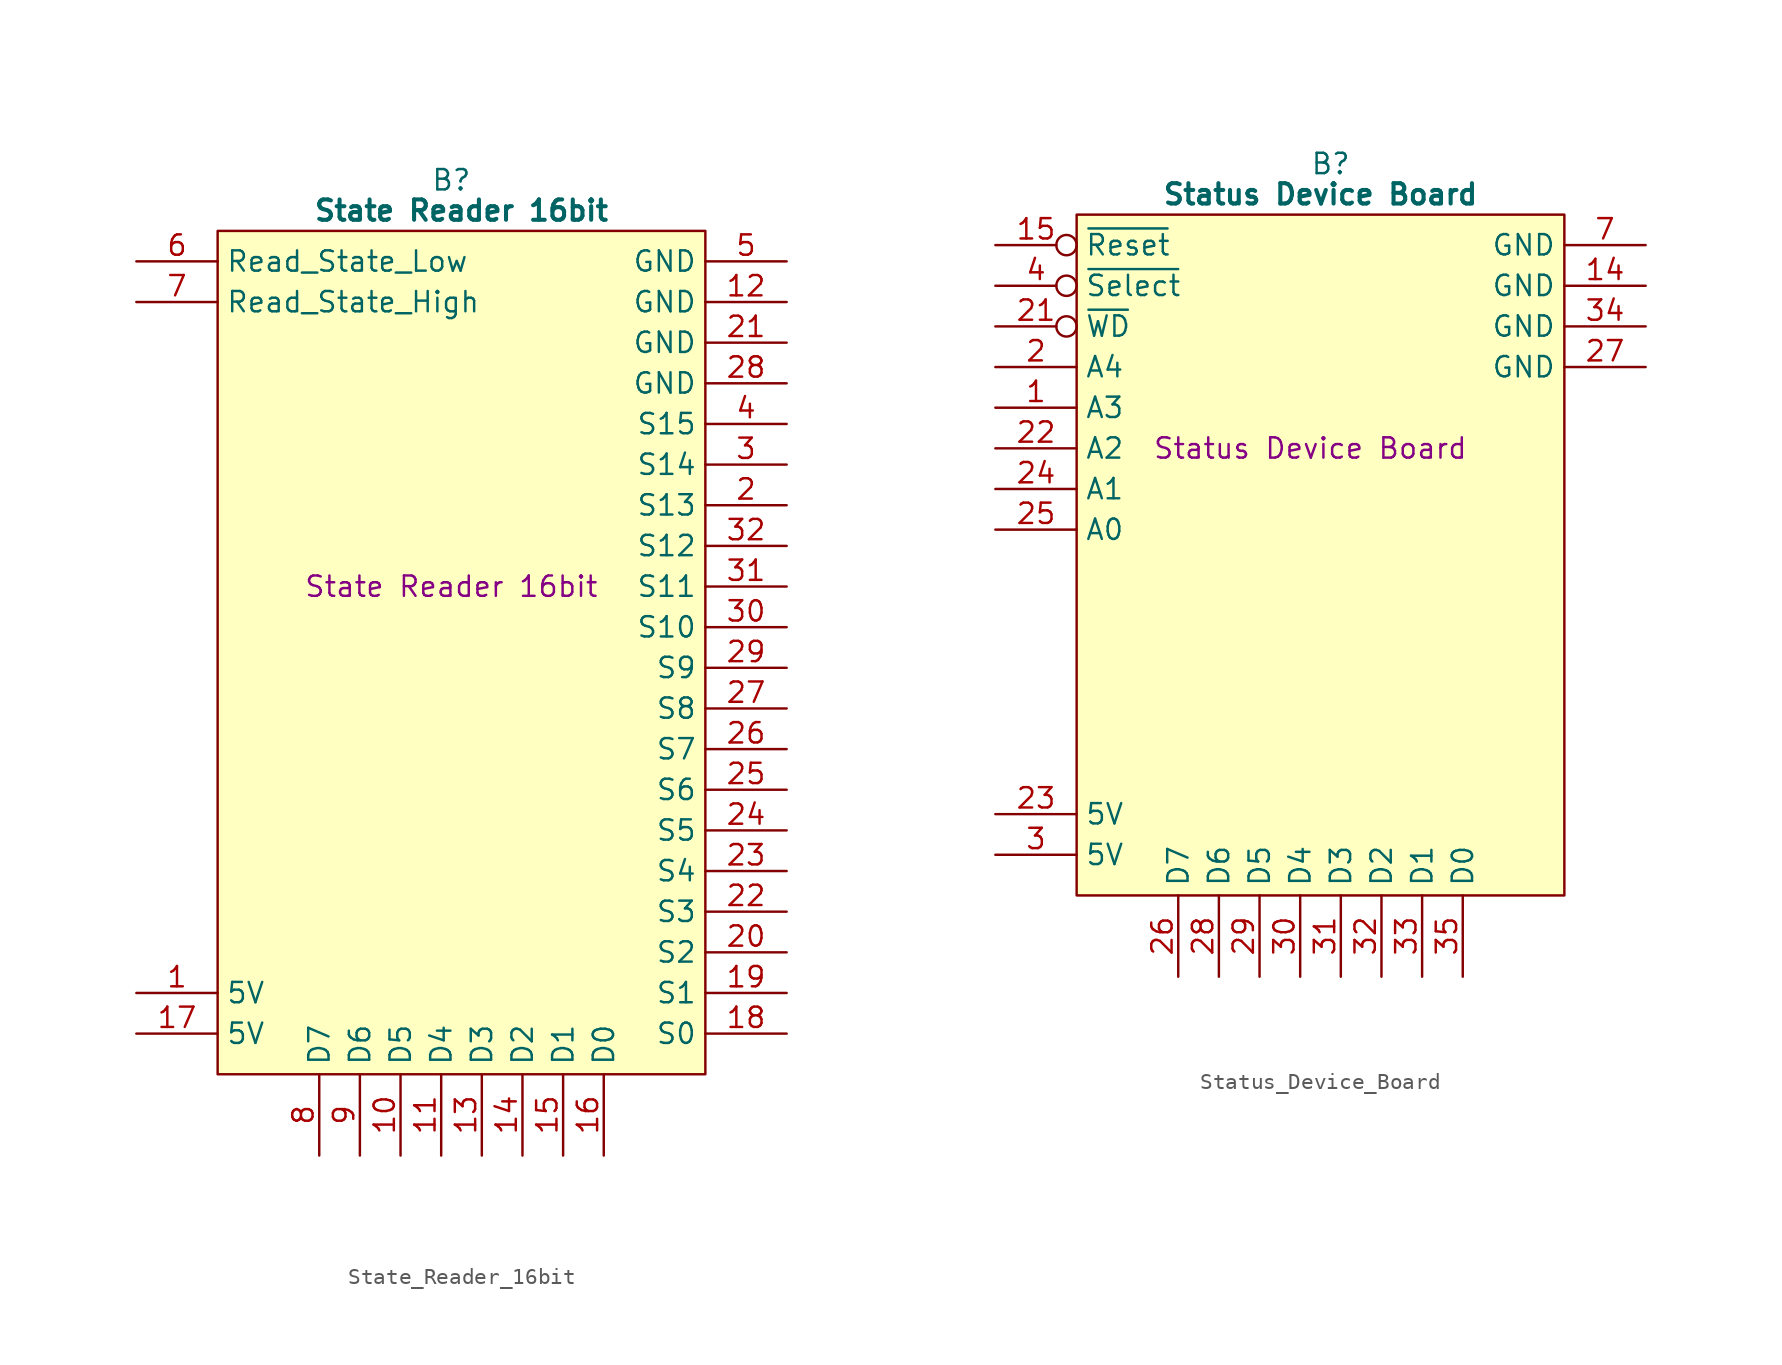
<source format=kicad_sym>
(kicad_symbol_lib
  (version 20241209)
  (generator "kicad_symbol_editor")
  (generator_version "9.0")
  (symbol "State_Reader_16bit"
    (property "Reference" "B"
      (at 19.685 5.08 0)
      (effects (font (size 1.27 1.27))))
    (property "Value" "State Reader 16bit"
      (at 20.32 3.175 0)
      (effects (font (size 1.27 1.27) (bold yes))))
    (property "Description" "State Reader 16bit"
      (at 19.685 -20.32 0)
      (effects (font (size 1.27 1.27))))
    (symbol "State_Reader_16bit_0_1"
      (polyline (pts (xy 5.08 1.905) (xy 35.56 1.905) (xy 35.56 -50.8) (xy 5.08 -50.8) (xy 5.08 1.905)) (stroke (width 0.152) (type default)) (fill (type background))))
    (symbol "State_Reader_16bit_1_1"
      (pin input line (at 0 0 0) (length 5.08) (name "Read_State_Low" (effects (font (size 1.27 1.27)))) (number "6" (effects (font (size 1.27 1.27)))))
      (pin input line (at 0 -2.54 0) (length 5.08) (name "Read_State_High" (effects (font (size 1.27 1.27)))) (number "7" (effects (font (size 1.27 1.27)))))
      (pin passive line (at 0 -45.72 0) (length 5.08) (name "5V" (effects (font (size 1.27 1.27)))) (number "1" (effects (font (size 1.27 1.27)))))
      (pin passive line (at 0 -48.26 0) (length 5.08) (name "5V" (effects (font (size 1.27 1.27)))) (number "17" (effects (font (size 1.27 1.27)))))
      (pin tri_state line (at 11.43 -55.88 90) (length 5.08) (name "D7" (effects (font (size 1.27 1.27)))) (number "8" (effects (font (size 1.27 1.27)))))
      (pin tri_state line (at 13.97 -55.88 90) (length 5.08) (name "D6" (effects (font (size 1.27 1.27)))) (number "9" (effects (font (size 1.27 1.27)))))
      (pin tri_state line (at 16.51 -55.88 90) (length 5.08) (name "D5" (effects (font (size 1.27 1.27)))) (number "10" (effects (font (size 1.27 1.27)))))
      (pin tri_state line (at 19.05 -55.88 90) (length 5.08) (name "D4" (effects (font (size 1.27 1.27)))) (number "11" (effects (font (size 1.27 1.27)))))
      (pin tri_state line (at 21.59 -55.88 90) (length 5.08) (name "D3" (effects (font (size 1.27 1.27)))) (number "13" (effects (font (size 1.27 1.27)))))
      (pin tri_state line (at 24.13 -55.88 90) (length 5.08) (name "D2" (effects (font (size 1.27 1.27)))) (number "14" (effects (font (size 1.27 1.27)))))
      (pin tri_state line (at 26.67 -55.88 90) (length 5.08) (name "D1" (effects (font (size 1.27 1.27)))) (number "15" (effects (font (size 1.27 1.27)))))
      (pin tri_state line (at 29.21 -55.88 90) (length 5.08) (name "D0" (effects (font (size 1.27 1.27)))) (number "16" (effects (font (size 1.27 1.27)))))
      (pin passive line (at 40.64 0 180) (length 5.08) (name "GND" (effects (font (size 1.27 1.27)))) (number "5" (effects (font (size 1.27 1.27)))))
      (pin passive line (at 40.64 -2.54 180) (length 5.08) (name "GND" (effects (font (size 1.27 1.27)))) (number "12" (effects (font (size 1.27 1.27)))))
      (pin passive line (at 40.64 -5.08 180) (length 5.08) (name "GND" (effects (font (size 1.27 1.27)))) (number "21" (effects (font (size 1.27 1.27)))))
      (pin passive line (at 40.64 -7.62 180) (length 5.08) (name "GND" (effects (font (size 1.27 1.27)))) (number "28" (effects (font (size 1.27 1.27)))))
      (pin input line (at 40.64 -10.16 180) (length 5.08) (name "S15" (effects (font (size 1.27 1.27)))) (number "4" (effects (font (size 1.27 1.27)))))
      (pin input line (at 40.64 -12.7 180) (length 5.08) (name "S14" (effects (font (size 1.27 1.27)))) (number "3" (effects (font (size 1.27 1.27)))))
      (pin input line (at 40.64 -15.24 180) (length 5.08) (name "S13" (effects (font (size 1.27 1.27)))) (number "2" (effects (font (size 1.27 1.27)))))
      (pin input line (at 40.64 -17.78 180) (length 5.08) (name "S12" (effects (font (size 1.27 1.27)))) (number "32" (effects (font (size 1.27 1.27)))))
      (pin input line (at 40.64 -20.32 180) (length 5.08) (name "S11" (effects (font (size 1.27 1.27)))) (number "31" (effects (font (size 1.27 1.27)))))
      (pin input line (at 40.64 -22.86 180) (length 5.08) (name "S10" (effects (font (size 1.27 1.27)))) (number "30" (effects (font (size 1.27 1.27)))))
      (pin input line (at 40.64 -25.4 180) (length 5.08) (name "S9" (effects (font (size 1.27 1.27)))) (number "29" (effects (font (size 1.27 1.27)))))
      (pin input line (at 40.64 -27.94 180) (length 5.08) (name "S8" (effects (font (size 1.27 1.27)))) (number "27" (effects (font (size 1.27 1.27)))))
      (pin input line (at 40.64 -30.48 180) (length 5.08) (name "S7" (effects (font (size 1.27 1.27)))) (number "26" (effects (font (size 1.27 1.27)))))
      (pin input line (at 40.64 -33.02 180) (length 5.08) (name "S6" (effects (font (size 1.27 1.27)))) (number "25" (effects (font (size 1.27 1.27)))))
      (pin input line (at 40.64 -35.56 180) (length 5.08) (name "S5" (effects (font (size 1.27 1.27)))) (number "24" (effects (font (size 1.27 1.27)))))
      (pin input line (at 40.64 -38.1 180) (length 5.08) (name "S4" (effects (font (size 1.27 1.27)))) (number "23" (effects (font (size 1.27 1.27)))))
      (pin input line (at 40.64 -40.64 180) (length 5.08) (name "S3" (effects (font (size 1.27 1.27)))) (number "22" (effects (font (size 1.27 1.27)))))
      (pin input line (at 40.64 -43.18 180) (length 5.08) (name "S2" (effects (font (size 1.27 1.27)))) (number "20" (effects (font (size 1.27 1.27)))))
      (pin input line (at 40.64 -45.72 180) (length 5.08) (name "S1" (effects (font (size 1.27 1.27)))) (number "19" (effects (font (size 1.27 1.27)))))
      (pin input line (at 40.64 -48.26 180) (length 5.08) (name "S0" (effects (font (size 1.27 1.27)))) (number "18" (effects (font (size 1.27 1.27)))))))
  (symbol "Status_Device_Board"
    (property "Reference" "B"
      (at 15.875 5.08 0)
      (effects (font (size 1.27 1.27))))
    (property "Value" "Status Device Board"
      (at 15.24 3.175 0)
      (effects (font (size 1.27 1.27) (bold yes))))
    (property "Description" "Status Device Board"
      (at 14.605 -12.7 0)
      (effects (font (size 1.27 1.27))))
    (symbol "Status_Device_Board_0_1"
      (polyline (pts (xy 0 1.905) (xy 30.48 1.905) (xy 30.48 -40.64) (xy 0 -40.64) (xy 0 1.905)) (stroke (width 0.152) (type default)) (fill (type background))))
    (symbol "Status_Device_Board_1_0"
      (pin input line (at -5.08 -12.7 0) (length 5.08) (name "A2" (effects (font (size 1.27 1.27)))) (number "22" (effects (font (size 1.27 1.27)))))
      (pin input line (at -5.08 -15.24 0) (length 5.08) (name "A1" (effects (font (size 1.27 1.27)))) (number "24" (effects (font (size 1.27 1.27)))))
      (pin input line (at -5.08 -17.78 0) (length 5.08) (name "A0" (effects (font (size 1.27 1.27)))) (number "25" (effects (font (size 1.27 1.27)))))
      (pin passive line (at -5.08 -35.56 0) (length 5.08) (name "5V" (effects (font (size 1.27 1.27)))) (number "23" (effects (font (size 1.27 1.27)))))
      (pin tri_state line (at 6.35 -45.72 90) (length 5.08) (name "D7" (effects (font (size 1.27 1.27)))) (number "26" (effects (font (size 1.27 1.27)))))
      (pin tri_state line (at 8.89 -45.72 90) (length 5.08) (name "D6" (effects (font (size 1.27 1.27)))) (number "28" (effects (font (size 1.27 1.27)))))
      (pin tri_state line (at 11.43 -45.72 90) (length 5.08) (name "D5" (effects (font (size 1.27 1.27)))) (number "29" (effects (font (size 1.27 1.27)))))
      (pin passive line (at 35.56 -7.62 180) (length 5.08) (name "GND" (effects (font (size 1.27 1.27)))) (number "27" (effects (font (size 1.27 1.27))))))
    (symbol "Status_Device_Board_1_1"
      (pin input inverted (at -5.08 0 0) (length 5.08) (name "~{Reset}" (effects (font (size 1.27 1.27)))) (number "15" (effects (font (size 1.27 1.27)))))
      (pin input inverted (at -5.08 -2.54 0) (length 5.08) (name "~{Select}" (effects (font (size 1.27 1.27)))) (number "4" (effects (font (size 1.27 1.27)))))
      (pin input inverted (at -5.08 -5.08 0) (length 5.08) (name "~{WD}" (effects (font (size 1.27 1.27)))) (number "21" (effects (font (size 1.27 1.27)))))
      (pin input line (at -5.08 -7.62 0) (length 5.08) (name "A4" (effects (font (size 1.27 1.27)))) (number "2" (effects (font (size 1.27 1.27)))))
      (pin input line (at -5.08 -10.16 0) (length 5.08) (name "A3" (effects (font (size 1.27 1.27)))) (number "1" (effects (font (size 1.27 1.27)))))
      (pin no_connect line (at -5.08 -20.32 0) (length 5.08) (hide yes) (name "N.C." (effects (font (size 1.27 1.27)))) (number "5" (effects (font (size 1.27 1.27)))))
      (pin no_connect line (at -5.08 -22.86 0) (length 5.08) (hide yes) (name "N.C." (effects (font (size 1.27 1.27)))) (number "6" (effects (font (size 1.27 1.27)))))
      (pin no_connect line (at -5.08 -25.4 0) (length 5.08) (hide yes) (name "N.C." (effects (font (size 1.27 1.27)))) (number "8" (effects (font (size 1.27 1.27)))))
      (pin no_connect line (at -5.08 -27.94 0) (length 5.08) (hide yes) (name "N.C." (effects (font (size 1.27 1.27)))) (number "9" (effects (font (size 1.27 1.27)))))
      (pin no_connect line (at -5.08 -30.48 0) (length 5.08) (hide yes) (name "N.C." (effects (font (size 1.27 1.27)))) (number "10" (effects (font (size 1.27 1.27)))))
      (pin no_connect line (at -5.08 -33.02 0) (length 5.08) (hide yes) (name "N.C." (effects (font (size 1.27 1.27)))) (number "11" (effects (font (size 1.27 1.27)))))
      (pin passive line (at -5.08 -38.1 0) (length 5.08) (name "5V" (effects (font (size 1.27 1.27)))) (number "3" (effects (font (size 1.27 1.27)))))
      (pin tri_state line (at 13.97 -45.72 90) (length 5.08) (name "D4" (effects (font (size 1.27 1.27)))) (number "30" (effects (font (size 1.27 1.27)))))
      (pin tri_state line (at 16.51 -45.72 90) (length 5.08) (name "D3" (effects (font (size 1.27 1.27)))) (number "31" (effects (font (size 1.27 1.27)))))
      (pin tri_state line (at 19.05 -45.72 90) (length 5.08) (name "D2" (effects (font (size 1.27 1.27)))) (number "32" (effects (font (size 1.27 1.27)))))
      (pin tri_state line (at 21.59 -45.72 90) (length 5.08) (name "D1" (effects (font (size 1.27 1.27)))) (number "33" (effects (font (size 1.27 1.27)))))
      (pin tri_state line (at 24.13 -45.72 90) (length 5.08) (name "D0" (effects (font (size 1.27 1.27)))) (number "35" (effects (font (size 1.27 1.27)))))
      (pin passive line (at 35.56 0 180) (length 5.08) (name "GND" (effects (font (size 1.27 1.27)))) (number "7" (effects (font (size 1.27 1.27)))))
      (pin passive line (at 35.56 -2.54 180) (length 5.08) (name "GND" (effects (font (size 1.27 1.27)))) (number "14" (effects (font (size 1.27 1.27)))))
      (pin passive line (at 35.56 -5.08 180) (length 5.08) (name "GND" (effects (font (size 1.27 1.27)))) (number "34" (effects (font (size 1.27 1.27)))))
      (pin no_connect line (at 35.56 -10.16 180) (length 5.08) (hide yes) (name "N.C." (effects (font (size 1.27 1.27)))) (number "37" (effects (font (size 1.27 1.27)))))
      (pin no_connect line (at 35.56 -12.7 180) (length 5.08) (hide yes) (name "N.C." (effects (font (size 1.27 1.27)))) (number "39" (effects (font (size 1.27 1.27)))))
      (pin no_connect line (at 35.56 -15.24 180) (length 5.08) (hide yes) (name "N.C." (effects (font (size 1.27 1.27)))) (number "40" (effects (font (size 1.27 1.27)))))
      (pin no_connect line (at 35.56 -17.78 180) (length 5.08) (hide yes) (name "N.C." (effects (font (size 1.27 1.27)))) (number "12" (effects (font (size 1.27 1.27)))))
      (pin no_connect line (at 35.56 -20.32 180) (length 5.08) (hide yes) (name "N.C." (effects (font (size 1.27 1.27)))) (number "13" (effects (font (size 1.27 1.27)))))
      (pin no_connect line (at 35.56 -22.86 180) (length 5.08) (hide yes) (name "N.C." (effects (font (size 1.27 1.27)))) (number "36" (effects (font (size 1.27 1.27)))))
      (pin no_connect line (at 35.56 -25.4 180) (length 5.08) (hide yes) (name "N.C." (effects (font (size 1.27 1.27)))) (number "16" (effects (font (size 1.27 1.27)))))
      (pin no_connect line (at 35.56 -27.94 180) (length 5.08) (hide yes) (name "N.C." (effects (font (size 1.27 1.27)))) (number "17" (effects (font (size 1.27 1.27)))))
      (pin no_connect line (at 35.56 -30.48 180) (length 5.08) (hide yes) (name "N.C." (effects (font (size 1.27 1.27)))) (number "18" (effects (font (size 1.27 1.27)))))
      (pin no_connect line (at 35.56 -33.02 180) (length 5.08) (hide yes) (name "N.C." (effects (font (size 1.27 1.27)))) (number "19" (effects (font (size 1.27 1.27)))))
      (pin no_connect line (at 35.56 -35.56 180) (length 5.08) (hide yes) (name "N.C." (effects (font (size 1.27 1.27)))) (number "20" (effects (font (size 1.27 1.27)))))
      (pin no_connect line (at 35.56 -38.1 180) (length 5.08) (hide yes) (name "N.C." (effects (font (size 1.27 1.27)))) (number "38" (effects (font (size 1.27 1.27))))))))
</source>
